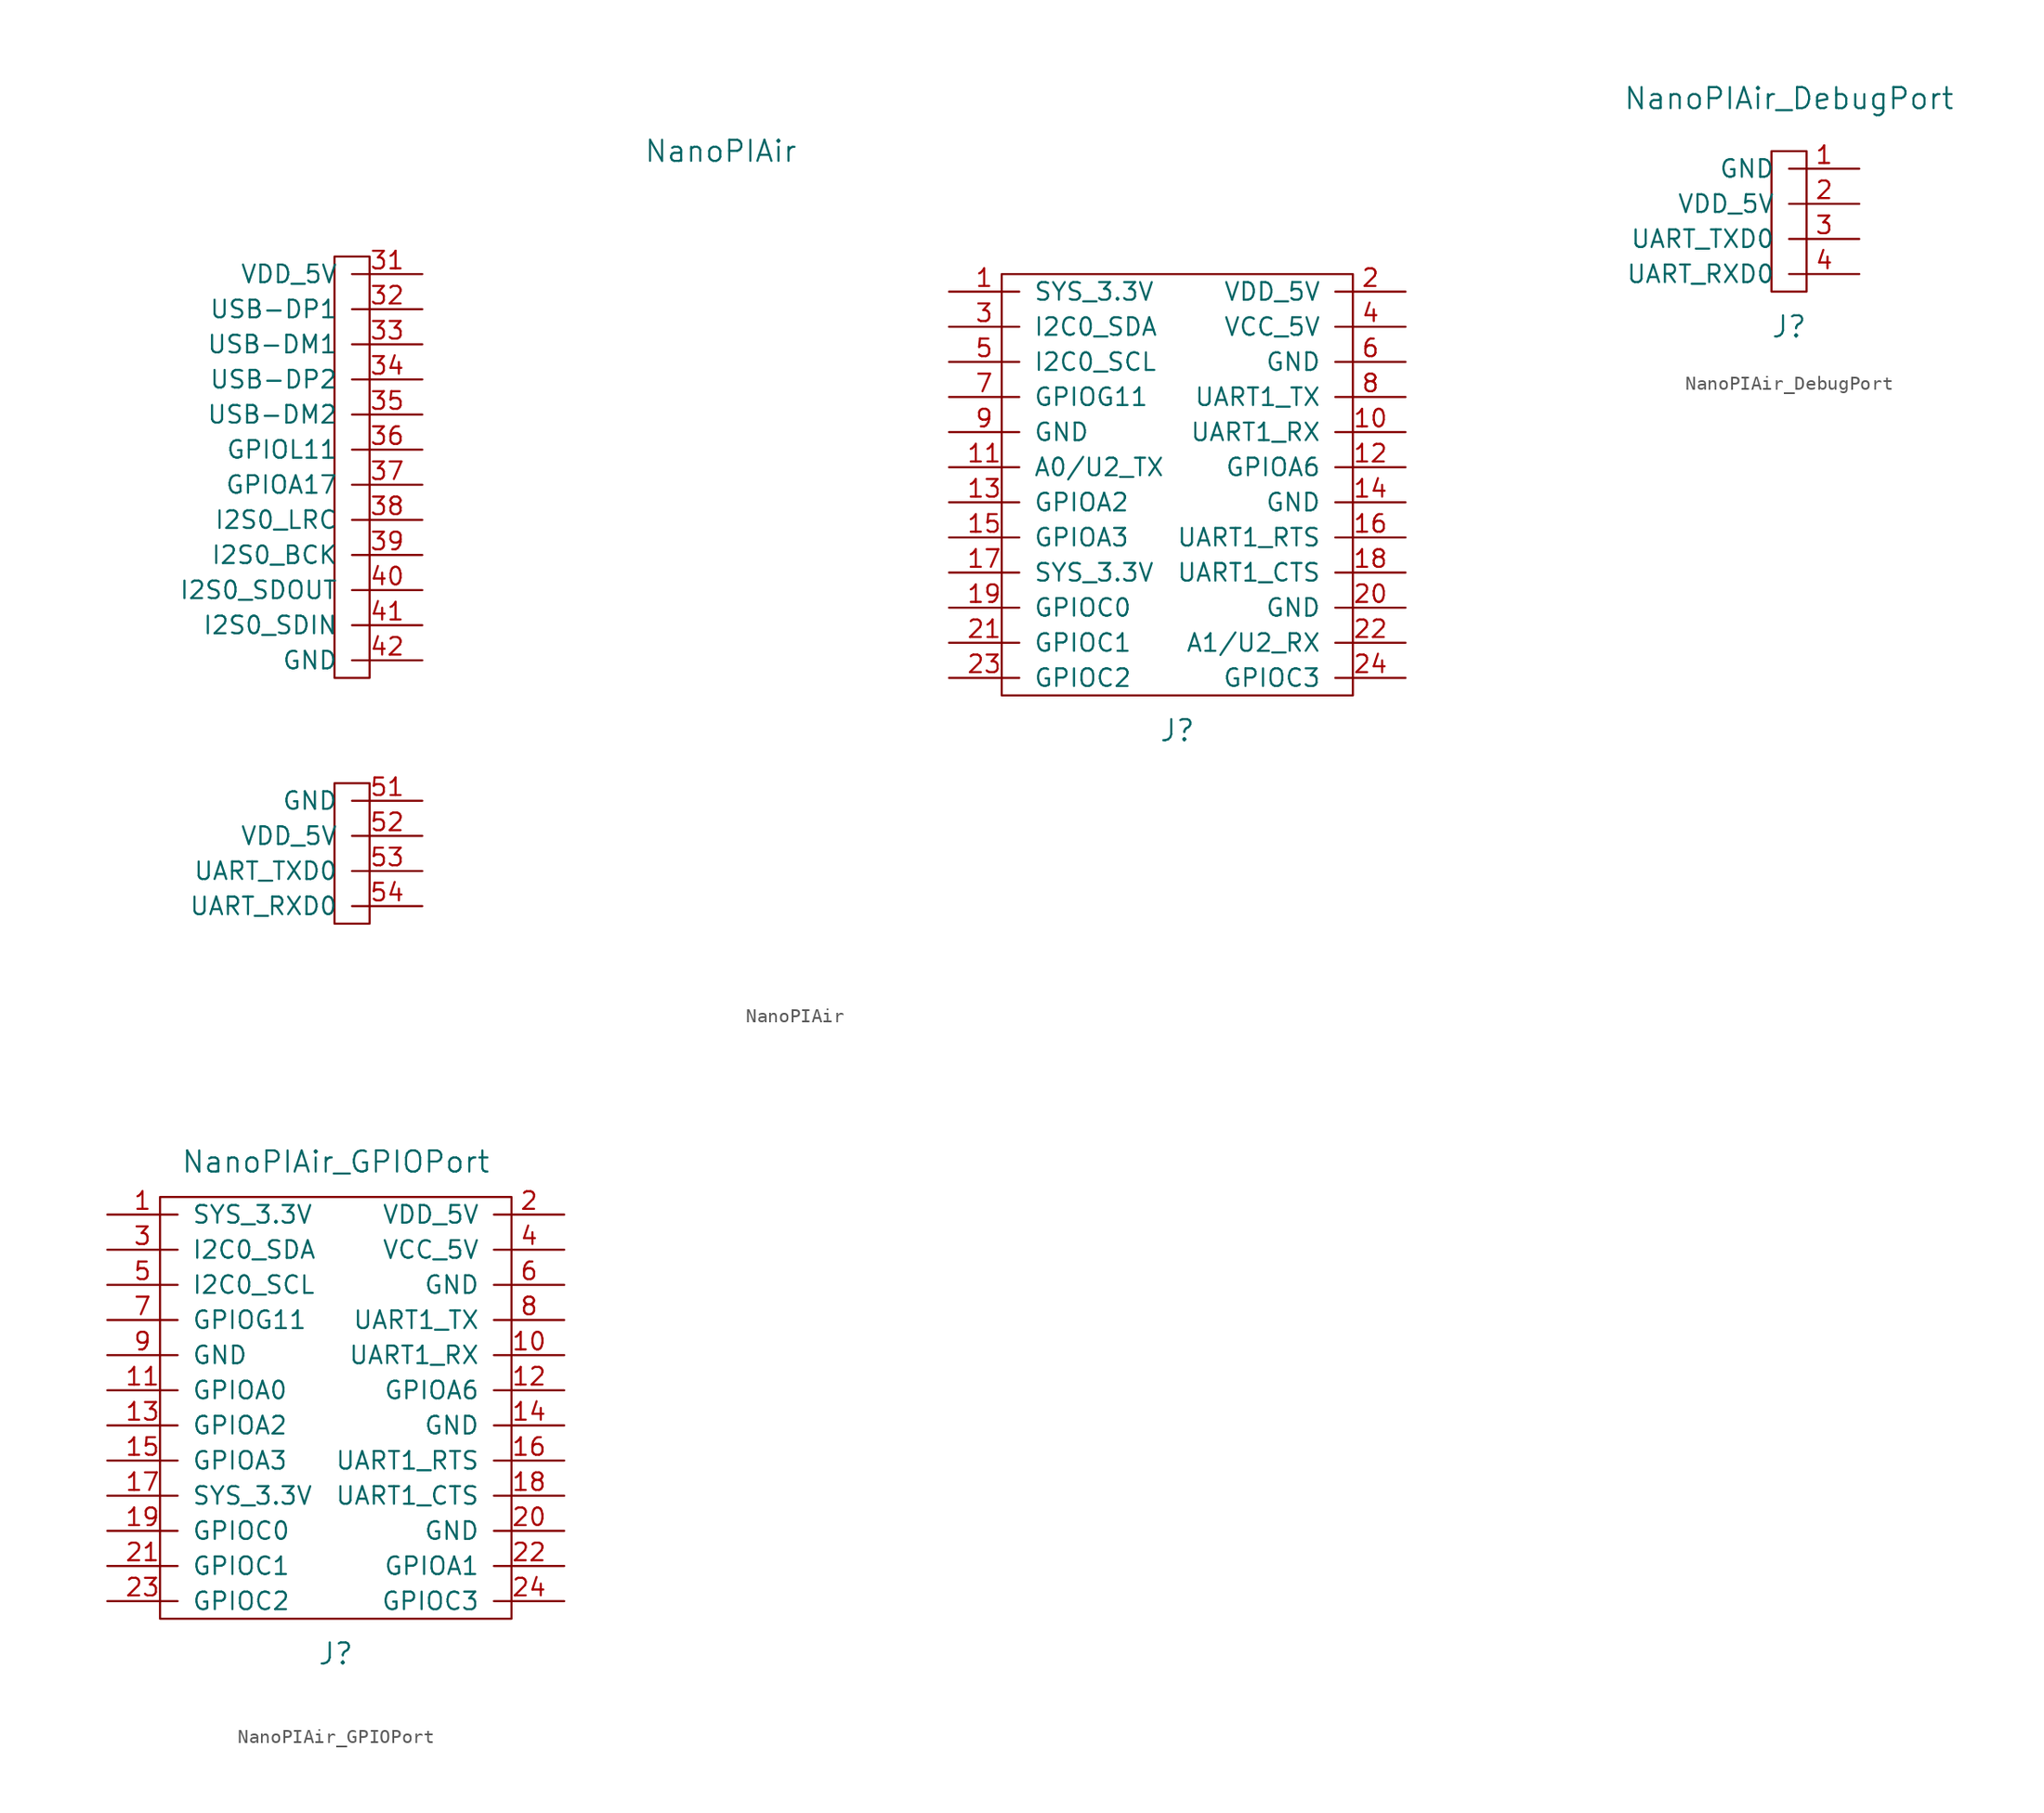
<source format=kicad_sym>
(kicad_symbol_lib
  (version 20211014)
  (generator kicad_symbol_editor)
  (symbol "NanoPIAir"
    (pin_names
      (offset 1.016))
    (property "Reference" "J"
      (at 26.67 -15.24 0)
      (effects (font (size 1.524 1.524))))
    (property "Value" "NanoPIAir"
      (at -6.35 26.67 0)
      (effects (font (size 1.524 1.524))))
    (symbol "NanoPIAir_0_1"
      (rectangle (start 13.97 -12.7) (end 39.37 17.78) (stroke (width 0) (type default) (color 0 0 0 0)) (fill (type none))))
    (symbol "NanoPIAir_1_1"
      (rectangle (start -34.29 -29.21) (end -31.75 -19.05) (stroke (width 0) (type default) (color 0 0 0 0)) (fill (type none)))
      (rectangle (start -34.29 -11.43) (end -31.75 19.05) (stroke (width 0) (type default) (color 0 0 0 0)) (fill (type none)))
      (pin power_out line (at 10.16 16.51 0) (length 5.08) (name "SYS_3.3V" (effects (font (size 1.27 1.27)))) (number "1" (effects (font (size 1.27 1.27)))))
      (pin input line (at 43.18 6.35 180) (length 5.08) (name "UART1_RX" (effects (font (size 1.27 1.27)))) (number "10" (effects (font (size 1.27 1.27)))))
      (pin bidirectional line (at 10.16 3.81 0) (length 5.08) (name "A0/U2_TX" (effects (font (size 1.27 1.27)))) (number "11" (effects (font (size 1.27 1.27)))))
      (pin bidirectional line (at 43.18 3.81 180) (length 5.08) (name "GPIOA6" (effects (font (size 1.27 1.27)))) (number "12" (effects (font (size 1.27 1.27)))))
      (pin bidirectional line (at 10.16 1.27 0) (length 5.08) (name "GPIOA2" (effects (font (size 1.27 1.27)))) (number "13" (effects (font (size 1.27 1.27)))))
      (pin power_in line (at 43.18 1.27 180) (length 5.08) (name "GND" (effects (font (size 1.27 1.27)))) (number "14" (effects (font (size 1.27 1.27)))))
      (pin bidirectional line (at 10.16 -1.27 0) (length 5.08) (name "GPIOA3" (effects (font (size 1.27 1.27)))) (number "15" (effects (font (size 1.27 1.27)))))
      (pin output line (at 43.18 -1.27 180) (length 5.08) (name "UART1_RTS" (effects (font (size 1.27 1.27)))) (number "16" (effects (font (size 1.27 1.27)))))
      (pin power_out line (at 10.16 -3.81 0) (length 5.08) (name "SYS_3.3V" (effects (font (size 1.27 1.27)))) (number "17" (effects (font (size 1.27 1.27)))))
      (pin input line (at 43.18 -3.81 180) (length 5.08) (name "UART1_CTS" (effects (font (size 1.27 1.27)))) (number "18" (effects (font (size 1.27 1.27)))))
      (pin bidirectional line (at 10.16 -6.35 0) (length 5.08) (name "GPIOC0" (effects (font (size 1.27 1.27)))) (number "19" (effects (font (size 1.27 1.27)))))
      (pin power_in line (at 43.18 16.51 180) (length 5.08) (name "VDD_5V" (effects (font (size 1.27 1.27)))) (number "2" (effects (font (size 1.27 1.27)))))
      (pin power_in line (at 43.18 -6.35 180) (length 5.08) (name "GND" (effects (font (size 1.27 1.27)))) (number "20" (effects (font (size 1.27 1.27)))))
      (pin bidirectional line (at 10.16 -8.89 0) (length 5.08) (name "GPIOC1" (effects (font (size 1.27 1.27)))) (number "21" (effects (font (size 1.27 1.27)))))
      (pin bidirectional line (at 43.18 -8.89 180) (length 5.08) (name "A1/U2_RX" (effects (font (size 1.27 1.27)))) (number "22" (effects (font (size 1.27 1.27)))))
      (pin bidirectional line (at 10.16 -11.43 0) (length 5.08) (name "GPIOC2" (effects (font (size 1.27 1.27)))) (number "23" (effects (font (size 1.27 1.27)))))
      (pin bidirectional line (at 43.18 -11.43 180) (length 5.08) (name "GPIOC3" (effects (font (size 1.27 1.27)))) (number "24" (effects (font (size 1.27 1.27)))))
      (pin bidirectional line (at 10.16 13.97 0) (length 5.08) (name "I2C0_SDA" (effects (font (size 1.27 1.27)))) (number "3" (effects (font (size 1.27 1.27)))))
      (pin power_out line (at -27.94 17.78 180) (length 5.08) (name "VDD_5V" (effects (font (size 1.27 1.27)))) (number "31" (effects (font (size 1.27 1.27)))))
      (pin bidirectional line (at -27.94 15.24 180) (length 5.08) (name "USB-DP1" (effects (font (size 1.27 1.27)))) (number "32" (effects (font (size 1.27 1.27)))))
      (pin bidirectional line (at -27.94 12.7 180) (length 5.08) (name "USB-DM1" (effects (font (size 1.27 1.27)))) (number "33" (effects (font (size 1.27 1.27)))))
      (pin bidirectional line (at -27.94 10.16 180) (length 5.08) (name "USB-DP2" (effects (font (size 1.27 1.27)))) (number "34" (effects (font (size 1.27 1.27)))))
      (pin bidirectional line (at -27.94 7.62 180) (length 5.08) (name "USB-DM2" (effects (font (size 1.27 1.27)))) (number "35" (effects (font (size 1.27 1.27)))))
      (pin bidirectional line (at -27.94 5.08 180) (length 5.08) (name "GPIOL11" (effects (font (size 1.27 1.27)))) (number "36" (effects (font (size 1.27 1.27)))))
      (pin bidirectional line (at -27.94 2.54 180) (length 5.08) (name "GPIOA17" (effects (font (size 1.27 1.27)))) (number "37" (effects (font (size 1.27 1.27)))))
      (pin bidirectional line (at -27.94 0 180) (length 5.08) (name "I2S0_LRC" (effects (font (size 1.27 1.27)))) (number "38" (effects (font (size 1.27 1.27)))))
      (pin bidirectional line (at -27.94 -2.54 180) (length 5.08) (name "I2S0_BCK" (effects (font (size 1.27 1.27)))) (number "39" (effects (font (size 1.27 1.27)))))
      (pin power_in line (at 43.18 13.97 180) (length 5.08) (name "VCC_5V" (effects (font (size 1.27 1.27)))) (number "4" (effects (font (size 1.27 1.27)))))
      (pin output line (at -27.94 -5.08 180) (length 5.08) (name "I2S0_SDOUT" (effects (font (size 1.27 1.27)))) (number "40" (effects (font (size 1.27 1.27)))))
      (pin input line (at -27.94 -7.62 180) (length 5.08) (name "I2S0_SDIN" (effects (font (size 1.27 1.27)))) (number "41" (effects (font (size 1.27 1.27)))))
      (pin output line (at -27.94 -10.16 180) (length 5.08) (name "GND" (effects (font (size 1.27 1.27)))) (number "42" (effects (font (size 1.27 1.27)))))
      (pin bidirectional line (at 10.16 11.43 0) (length 5.08) (name "I2C0_SCL" (effects (font (size 1.27 1.27)))) (number "5" (effects (font (size 1.27 1.27)))))
      (pin power_in line (at -27.94 -20.32 180) (length 5.08) (name "GND" (effects (font (size 1.27 1.27)))) (number "51" (effects (font (size 1.27 1.27)))))
      (pin power_in line (at -27.94 -22.86 180) (length 5.08) (name "VDD_5V" (effects (font (size 1.27 1.27)))) (number "52" (effects (font (size 1.27 1.27)))))
      (pin output line (at -27.94 -25.4 180) (length 5.08) (name "UART_TXD0" (effects (font (size 1.27 1.27)))) (number "53" (effects (font (size 1.27 1.27)))))
      (pin input line (at -27.94 -27.94 180) (length 5.08) (name "UART_RXD0" (effects (font (size 1.27 1.27)))) (number "54" (effects (font (size 1.27 1.27)))))
      (pin power_in line (at 43.18 11.43 180) (length 5.08) (name "GND" (effects (font (size 1.27 1.27)))) (number "6" (effects (font (size 1.27 1.27)))))
      (pin bidirectional line (at 10.16 8.89 0) (length 5.08) (name "GPIOG11" (effects (font (size 1.27 1.27)))) (number "7" (effects (font (size 1.27 1.27)))))
      (pin output line (at 43.18 8.89 180) (length 5.08) (name "UART1_TX" (effects (font (size 1.27 1.27)))) (number "8" (effects (font (size 1.27 1.27)))))
      (pin power_in line (at 10.16 6.35 0) (length 5.08) (name "GND" (effects (font (size 1.27 1.27)))) (number "9" (effects (font (size 1.27 1.27)))))))
  (symbol "NanoPIAir_DebugPort"
    (pin_names
      (offset 1.016))
    (property "Reference" "J"
      (at 0 -7.62 0)
      (effects (font (size 1.524 1.524))))
    (property "Value" "NanoPIAir_DebugPort"
      (at 0 8.89 0)
      (effects (font (size 1.524 1.524))))
    (symbol "NanoPIAir_DebugPort_0_1"
      (rectangle (start -1.27 -5.08) (end 1.27 5.08) (stroke (width 0) (type default) (color 0 0 0 0)) (fill (type none))))
    (symbol "NanoPIAir_DebugPort_1_1"
      (pin power_in line (at 5.08 3.81 180) (length 5.08) (name "GND" (effects (font (size 1.27 1.27)))) (number "1" (effects (font (size 1.27 1.27)))))
      (pin power_in line (at 5.08 1.27 180) (length 5.08) (name "VDD_5V" (effects (font (size 1.27 1.27)))) (number "2" (effects (font (size 1.27 1.27)))))
      (pin output line (at 5.08 -1.27 180) (length 5.08) (name "UART_TXD0" (effects (font (size 1.27 1.27)))) (number "3" (effects (font (size 1.27 1.27)))))
      (pin input line (at 5.08 -3.81 180) (length 5.08) (name "UART_RXD0" (effects (font (size 1.27 1.27)))) (number "4" (effects (font (size 1.27 1.27)))))))
  (symbol "NanoPIAir_GPIOPort"
    (pin_names
      (offset 1.016))
    (property "Reference" "J"
      (at 0 -17.78 0)
      (effects (font (size 1.524 1.524))))
    (property "Value" "NanoPIAir_GPIOPort"
      (at 0 17.78 0)
      (effects (font (size 1.524 1.524))))
    (symbol "NanoPIAir_GPIOPort_0_1"
      (rectangle (start -12.7 -15.24) (end 12.7 15.24) (stroke (width 0) (type default) (color 0 0 0 0)) (fill (type none))))
    (symbol "NanoPIAir_GPIOPort_1_1"
      (pin power_out line (at -16.51 13.97 0) (length 5.08) (name "SYS_3.3V" (effects (font (size 1.27 1.27)))) (number "1" (effects (font (size 1.27 1.27)))))
      (pin input line (at 16.51 3.81 180) (length 5.08) (name "UART1_RX" (effects (font (size 1.27 1.27)))) (number "10" (effects (font (size 1.27 1.27)))))
      (pin bidirectional line (at -16.51 1.27 0) (length 5.08) (name "GPIOA0" (effects (font (size 1.27 1.27)))) (number "11" (effects (font (size 1.27 1.27)))))
      (pin bidirectional line (at 16.51 1.27 180) (length 5.08) (name "GPIOA6" (effects (font (size 1.27 1.27)))) (number "12" (effects (font (size 1.27 1.27)))))
      (pin bidirectional line (at -16.51 -1.27 0) (length 5.08) (name "GPIOA2" (effects (font (size 1.27 1.27)))) (number "13" (effects (font (size 1.27 1.27)))))
      (pin power_in line (at 16.51 -1.27 180) (length 5.08) (name "GND" (effects (font (size 1.27 1.27)))) (number "14" (effects (font (size 1.27 1.27)))))
      (pin bidirectional line (at -16.51 -3.81 0) (length 5.08) (name "GPIOA3" (effects (font (size 1.27 1.27)))) (number "15" (effects (font (size 1.27 1.27)))))
      (pin output line (at 16.51 -3.81 180) (length 5.08) (name "UART1_RTS" (effects (font (size 1.27 1.27)))) (number "16" (effects (font (size 1.27 1.27)))))
      (pin power_out line (at -16.51 -6.35 0) (length 5.08) (name "SYS_3.3V" (effects (font (size 1.27 1.27)))) (number "17" (effects (font (size 1.27 1.27)))))
      (pin input line (at 16.51 -6.35 180) (length 5.08) (name "UART1_CTS" (effects (font (size 1.27 1.27)))) (number "18" (effects (font (size 1.27 1.27)))))
      (pin bidirectional line (at -16.51 -8.89 0) (length 5.08) (name "GPIOC0" (effects (font (size 1.27 1.27)))) (number "19" (effects (font (size 1.27 1.27)))))
      (pin power_in line (at 16.51 13.97 180) (length 5.08) (name "VDD_5V" (effects (font (size 1.27 1.27)))) (number "2" (effects (font (size 1.27 1.27)))))
      (pin power_in line (at 16.51 -8.89 180) (length 5.08) (name "GND" (effects (font (size 1.27 1.27)))) (number "20" (effects (font (size 1.27 1.27)))))
      (pin bidirectional line (at -16.51 -11.43 0) (length 5.08) (name "GPIOC1" (effects (font (size 1.27 1.27)))) (number "21" (effects (font (size 1.27 1.27)))))
      (pin bidirectional line (at 16.51 -11.43 180) (length 5.08) (name "GPIOA1" (effects (font (size 1.27 1.27)))) (number "22" (effects (font (size 1.27 1.27)))))
      (pin bidirectional line (at -16.51 -13.97 0) (length 5.08) (name "GPIOC2" (effects (font (size 1.27 1.27)))) (number "23" (effects (font (size 1.27 1.27)))))
      (pin bidirectional line (at 16.51 -13.97 180) (length 5.08) (name "GPIOC3" (effects (font (size 1.27 1.27)))) (number "24" (effects (font (size 1.27 1.27)))))
      (pin bidirectional line (at -16.51 11.43 0) (length 5.08) (name "I2C0_SDA" (effects (font (size 1.27 1.27)))) (number "3" (effects (font (size 1.27 1.27)))))
      (pin power_in line (at 16.51 11.43 180) (length 5.08) (name "VCC_5V" (effects (font (size 1.27 1.27)))) (number "4" (effects (font (size 1.27 1.27)))))
      (pin bidirectional line (at -16.51 8.89 0) (length 5.08) (name "I2C0_SCL" (effects (font (size 1.27 1.27)))) (number "5" (effects (font (size 1.27 1.27)))))
      (pin power_in line (at 16.51 8.89 180) (length 5.08) (name "GND" (effects (font (size 1.27 1.27)))) (number "6" (effects (font (size 1.27 1.27)))))
      (pin bidirectional line (at -16.51 6.35 0) (length 5.08) (name "GPIOG11" (effects (font (size 1.27 1.27)))) (number "7" (effects (font (size 1.27 1.27)))))
      (pin output line (at 16.51 6.35 180) (length 5.08) (name "UART1_TX" (effects (font (size 1.27 1.27)))) (number "8" (effects (font (size 1.27 1.27)))))
      (pin power_in line (at -16.51 3.81 0) (length 5.08) (name "GND" (effects (font (size 1.27 1.27)))) (number "9" (effects (font (size 1.27 1.27))))))))
</source>
